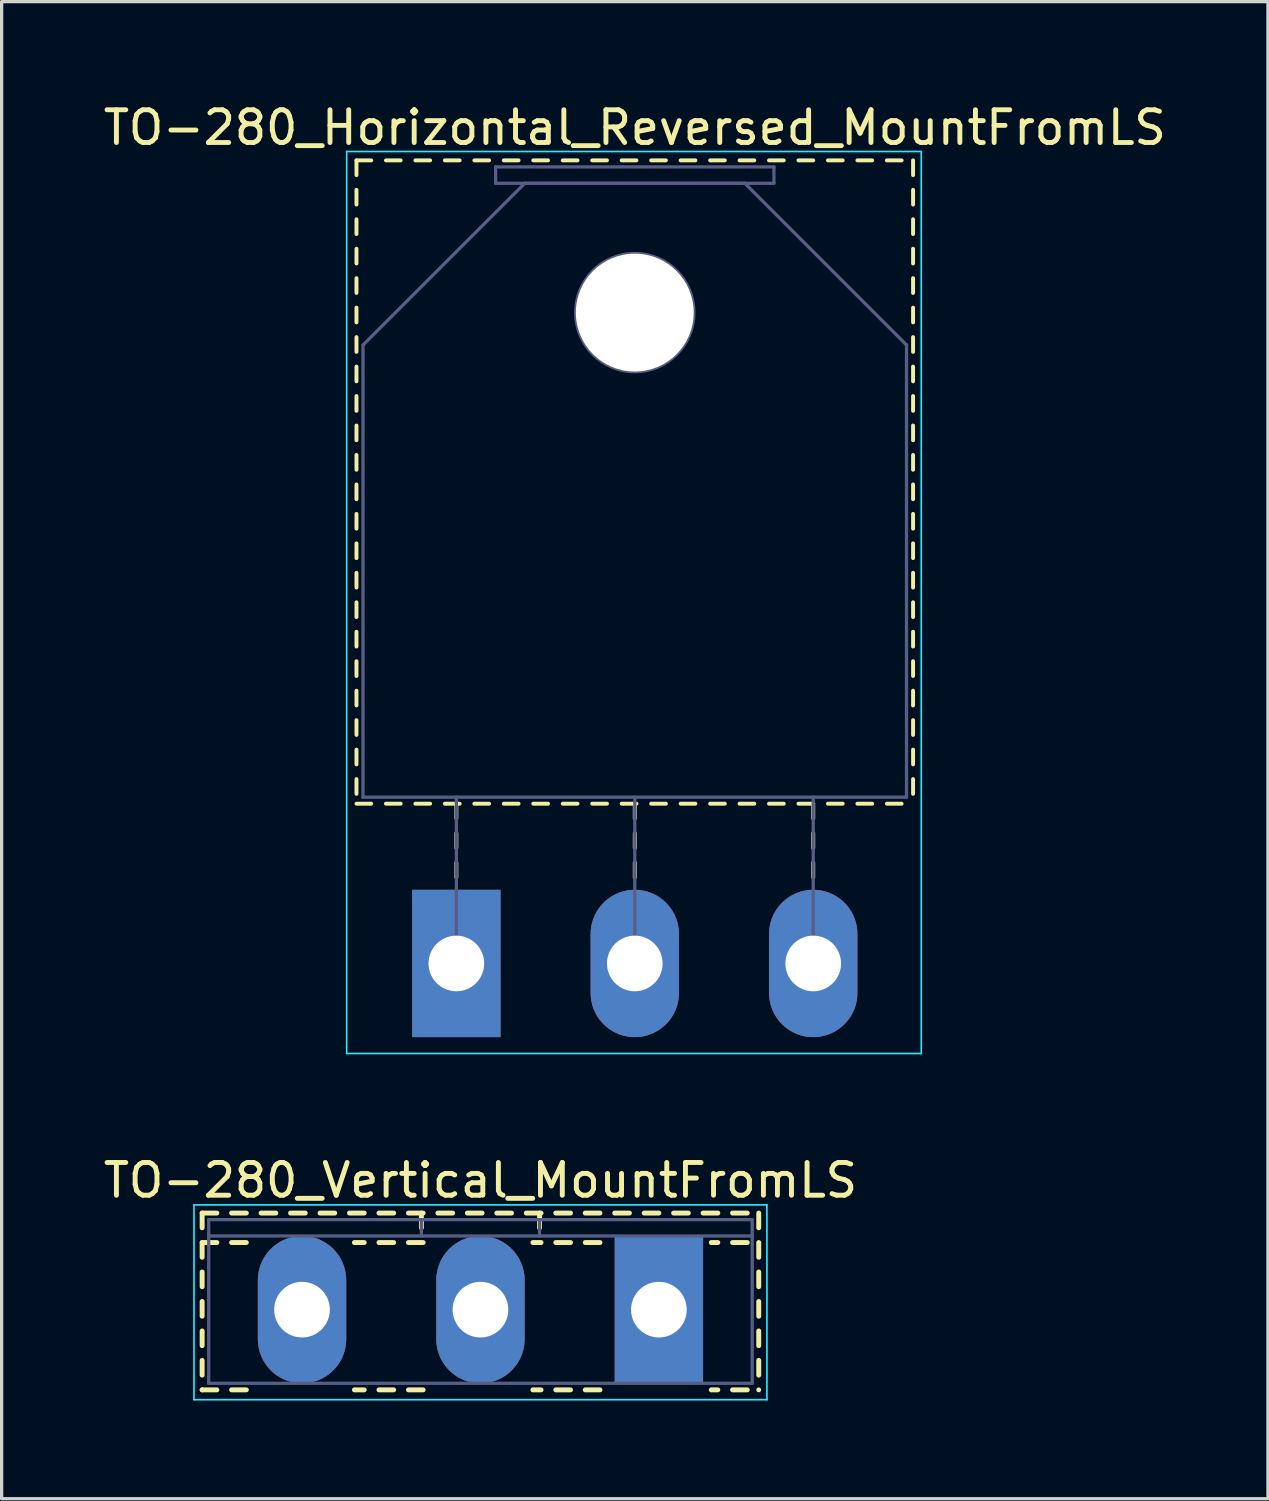
<source format=kicad_pcb>
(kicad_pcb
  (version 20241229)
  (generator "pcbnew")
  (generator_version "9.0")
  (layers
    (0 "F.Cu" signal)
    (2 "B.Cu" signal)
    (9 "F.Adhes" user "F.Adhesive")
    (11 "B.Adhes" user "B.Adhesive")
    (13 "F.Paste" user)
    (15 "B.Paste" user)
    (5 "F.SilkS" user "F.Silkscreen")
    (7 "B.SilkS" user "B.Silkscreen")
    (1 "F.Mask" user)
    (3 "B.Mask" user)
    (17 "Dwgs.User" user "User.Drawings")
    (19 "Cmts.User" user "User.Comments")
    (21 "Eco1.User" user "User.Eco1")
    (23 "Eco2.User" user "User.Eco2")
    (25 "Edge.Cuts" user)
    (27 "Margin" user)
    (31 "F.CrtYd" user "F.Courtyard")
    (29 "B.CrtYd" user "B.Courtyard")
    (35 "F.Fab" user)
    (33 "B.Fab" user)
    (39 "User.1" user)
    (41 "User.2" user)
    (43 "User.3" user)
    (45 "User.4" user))
  (footprint "TO-280_Vertical_MountFromLS"
    (layer "F.Cu")
    (at 17.075 36.952)
    (property "Reference" "TO-280_Vertical_MountFromLS" (at -5.45 -3.95 0) (layer "F.SilkS") (effects (font (size 1 1) (thickness 0.15))))
    (attr through_hole)
    (fp_line (start -13.951 -2.95) (end -13.951 -2.5) (stroke (width 0.15) (type solid)) (layer "F.SilkS"))
    (fp_line (start -13.951 -2.95) (end -13.501 -2.95) (stroke (width 0.15) (type solid)) (layer "F.SilkS"))
    (fp_line (start -13.951 -2.05) (end -13.951 -1.6) (stroke (width 0.15) (type solid)) (layer "F.SilkS"))
    (fp_line (start -13.951 -2.05) (end -13.501 -2.05) (stroke (width 0.15) (type solid)) (layer "F.SilkS"))
    (fp_line (start -13.951 -1.15) (end -13.951 -0.7) (stroke (width 0.15) (type solid)) (layer "F.SilkS"))
    (fp_line (start -13.951 -0.25) (end -13.951 0.2) (stroke (width 0.15) (type solid)) (layer "F.SilkS"))
    (fp_line (start -13.951 0.65) (end -13.951 1.1) (stroke (width 0.15) (type solid)) (layer "F.SilkS"))
    (fp_line (start -13.951 1.55) (end -13.951 2) (stroke (width 0.15) (type solid)) (layer "F.SilkS"))
    (fp_line (start -13.951 2.45) (end -13.951 2.45) (stroke (width 0.15) (type solid)) (layer "F.SilkS"))
    (fp_line (start -13.951 2.45) (end -13.501 2.45) (stroke (width 0.15) (type solid)) (layer "F.SilkS"))
    (fp_line (start -13.051 -2.95) (end -12.601 -2.95) (stroke (width 0.15) (type solid)) (layer "F.SilkS"))
    (fp_line (start -13.051 -2.05) (end -12.601 -2.05) (stroke (width 0.15) (type solid)) (layer "F.SilkS"))
    (fp_line (start -13.051 2.45) (end -12.601 2.45) (stroke (width 0.15) (type solid)) (layer "F.SilkS"))
    (fp_line (start -12.151 -2.95) (end -11.701 -2.95) (stroke (width 0.15) (type solid)) (layer "F.SilkS"))
    (fp_line (start -11.251 -2.95) (end -10.8 -2.95) (stroke (width 0.15) (type solid)) (layer "F.SilkS"))
    (fp_line (start -10.35 -2.95) (end -9.9 -2.95) (stroke (width 0.15) (type solid)) (layer "F.SilkS"))
    (fp_line (start -9.45 -2.95) (end -9 -2.95) (stroke (width 0.15) (type solid)) (layer "F.SilkS"))
    (fp_line (start -9.3 -2.05) (end -9 -2.05) (stroke (width 0.15) (type solid)) (layer "F.SilkS"))
    (fp_line (start -9.3 2.45) (end -9 2.45) (stroke (width 0.15) (type solid)) (layer "F.SilkS"))
    (fp_line (start -8.55 -2.95) (end -8.1 -2.95) (stroke (width 0.15) (type solid)) (layer "F.SilkS"))
    (fp_line (start -8.55 -2.05) (end -8.1 -2.05) (stroke (width 0.15) (type solid)) (layer "F.SilkS"))
    (fp_line (start -8.55 2.45) (end -8.1 2.45) (stroke (width 0.15) (type solid)) (layer "F.SilkS"))
    (fp_line (start -7.65 -2.95) (end -7.2 -2.95) (stroke (width 0.15) (type solid)) (layer "F.SilkS"))
    (fp_line (start -7.65 -2.05) (end -7.2 -2.05) (stroke (width 0.15) (type solid)) (layer "F.SilkS"))
    (fp_line (start -7.65 2.45) (end -7.2 2.45) (stroke (width 0.15) (type solid)) (layer "F.SilkS"))
    (fp_line (start -7.254 -2.95) (end -7.254 -2.5) (stroke (width 0.15) (type solid)) (layer "F.SilkS"))
    (fp_line (start -6.75 -2.95) (end -6.3 -2.95) (stroke (width 0.15) (type solid)) (layer "F.SilkS"))
    (fp_line (start -5.85 -2.95) (end -5.4 -2.95) (stroke (width 0.15) (type solid)) (layer "F.SilkS"))
    (fp_line (start -4.95 -2.95) (end -4.5 -2.95) (stroke (width 0.15) (type solid)) (layer "F.SilkS"))
    (fp_line (start -4.05 -2.95) (end -3.599 -2.95) (stroke (width 0.15) (type solid)) (layer "F.SilkS"))
    (fp_line (start -3.849 -2.05) (end -3.599 -2.05) (stroke (width 0.15) (type solid)) (layer "F.SilkS"))
    (fp_line (start -3.849 2.45) (end -3.599 2.45) (stroke (width 0.15) (type solid)) (layer "F.SilkS"))
    (fp_line (start -3.645 -2.95) (end -3.645 -2.5) (stroke (width 0.15) (type solid)) (layer "F.SilkS"))
    (fp_line (start -3.149 -2.95) (end -2.7 -2.95) (stroke (width 0.15) (type solid)) (layer "F.SilkS"))
    (fp_line (start -3.149 -2.05) (end -2.7 -2.05) (stroke (width 0.15) (type solid)) (layer "F.SilkS"))
    (fp_line (start -3.149 2.45) (end -2.7 2.45) (stroke (width 0.15) (type solid)) (layer "F.SilkS"))
    (fp_line (start -2.25 -2.95) (end -1.8 -2.95) (stroke (width 0.15) (type solid)) (layer "F.SilkS"))
    (fp_line (start -2.25 -2.05) (end -1.8 -2.05) (stroke (width 0.15) (type solid)) (layer "F.SilkS"))
    (fp_line (start -2.25 2.45) (end -1.8 2.45) (stroke (width 0.15) (type solid)) (layer "F.SilkS"))
    (fp_line (start -1.35 -2.95) (end -0.9 -2.95) (stroke (width 0.15) (type solid)) (layer "F.SilkS"))
    (fp_line (start -0.45 -2.95) (end 0 -2.95) (stroke (width 0.15) (type solid)) (layer "F.SilkS"))
    (fp_line (start 0.45 -2.95) (end 0.9 -2.95) (stroke (width 0.15) (type solid)) (layer "F.SilkS"))
    (fp_line (start 1.35 -2.95) (end 1.8 -2.95) (stroke (width 0.15) (type solid)) (layer "F.SilkS"))
    (fp_line (start 1.6 -2.05) (end 1.8 -2.05) (stroke (width 0.15) (type solid)) (layer "F.SilkS"))
    (fp_line (start 1.6 2.45) (end 1.8 2.45) (stroke (width 0.15) (type solid)) (layer "F.SilkS"))
    (fp_line (start 2.25 -2.95) (end 2.7 -2.95) (stroke (width 0.15) (type solid)) (layer "F.SilkS"))
    (fp_line (start 2.25 -2.05) (end 2.7 -2.05) (stroke (width 0.15) (type solid)) (layer "F.SilkS"))
    (fp_line (start 2.25 2.45) (end 2.7 2.45) (stroke (width 0.15) (type solid)) (layer "F.SilkS"))
    (fp_line (start 3.05 -2.95) (end 3.05 -2.5) (stroke (width 0.15) (type solid)) (layer "F.SilkS"))
    (fp_line (start 3.05 -2.05) (end 3.05 -1.6) (stroke (width 0.15) (type solid)) (layer "F.SilkS"))
    (fp_line (start 3.05 -1.15) (end 3.05 -0.7) (stroke (width 0.15) (type solid)) (layer "F.SilkS"))
    (fp_line (start 3.05 -0.25) (end 3.05 0.2) (stroke (width 0.15) (type solid)) (layer "F.SilkS"))
    (fp_line (start 3.05 0.65) (end 3.05 1.1) (stroke (width 0.15) (type solid)) (layer "F.SilkS"))
    (fp_line (start 3.05 1.55) (end 3.05 2) (stroke (width 0.15) (type solid)) (layer "F.SilkS"))
    (fp_line (start 3.05 2.45) (end 3.05 2.45) (stroke (width 0.15) (type solid)) (layer "F.SilkS"))
    (fp_line (start -14.2 -3.2) (end -14.2 2.75) (stroke (width 0.05) (type solid)) (layer "B.CrtYd"))
    (fp_line (start -14.2 2.75) (end 3.3 2.75) (stroke (width 0.05) (type solid)) (layer "B.CrtYd"))
    (fp_line (start 3.3 -3.2) (end -14.2 -3.2) (stroke (width 0.05) (type solid)) (layer "B.CrtYd"))
    (fp_line (start 3.3 2.75) (end 3.3 -3.2) (stroke (width 0.05) (type solid)) (layer "B.CrtYd"))
    (fp_line (start -13.75 -2.75) (end -13.75 2.25) (stroke (width 0.1) (type solid)) (layer "B.Fab"))
    (fp_line (start -13.75 -2.25) (end 2.85 -2.25) (stroke (width 0.1) (type solid)) (layer "B.Fab"))
    (fp_line (start -13.75 2.25) (end 2.85 2.25) (stroke (width 0.1) (type solid)) (layer "B.Fab"))
    (fp_line (start -7.255 -2.75) (end -7.255 -2.25) (stroke (width 0.1) (type solid)) (layer "B.Fab"))
    (fp_line (start -3.645 -2.75) (end -3.645 -2.25) (stroke (width 0.1) (type solid)) (layer "B.Fab"))
    (fp_line (start 2.85 -2.75) (end -13.75 -2.75) (stroke (width 0.1) (type solid)) (layer "B.Fab"))
    (fp_line (start 2.85 2.25) (end 2.85 -2.75) (stroke (width 0.1) (type solid)) (layer "B.Fab"))
    (pad "1" thru_hole rect (at 0 0) (size 2.7 4.5) (drill 1.7) (layers "*.Cu" "*.Mask"))
    (pad "2" thru_hole oval (at -5.45 0) (size 2.7 4.5) (drill 1.7) (layers "*.Cu" "*.Mask"))
    (pad "3" thru_hole oval (at -10.9 0) (size 2.7 4.5) (drill 1.7) (layers "*.Cu" "*.Mask")))
  (footprint "TO-280_Horizontal_Reversed_MountFromLS"
    (layer "F.Cu")
    (at 10.889 26.378)
    (property "Reference" "TO-280_Horizontal_Reversed_MountFromLS" (at 5.45 -25.53 0) (layer "F.SilkS") (effects (font (size 1 1) (thickness 0.15))))
    (attr through_hole)
    (fp_line (start -3.051 -24.53) (end -3.051 -24.08) (stroke (width 0.12) (type solid)) (layer "F.SilkS"))
    (fp_line (start -3.051 -24.53) (end -2.601 -24.53) (stroke (width 0.12) (type solid)) (layer "F.SilkS"))
    (fp_line (start -3.051 -23.63) (end -3.051 -23.18) (stroke (width 0.12) (type solid)) (layer "F.SilkS"))
    (fp_line (start -3.051 -22.73) (end -3.051 -22.28) (stroke (width 0.12) (type solid)) (layer "F.SilkS"))
    (fp_line (start -3.051 -21.83) (end -3.051 -21.381) (stroke (width 0.12) (type solid)) (layer "F.SilkS"))
    (fp_line (start -3.051 -20.931) (end -3.051 -20.481) (stroke (width 0.12) (type solid)) (layer "F.SilkS"))
    (fp_line (start -3.051 -20.031) (end -3.051 -19.581) (stroke (width 0.12) (type solid)) (layer "F.SilkS"))
    (fp_line (start -3.051 -19.131) (end -3.051 -18.681) (stroke (width 0.12) (type solid)) (layer "F.SilkS"))
    (fp_line (start -3.051 -18.231) (end -3.051 -17.781) (stroke (width 0.12) (type solid)) (layer "F.SilkS"))
    (fp_line (start -3.051 -17.331) (end -3.051 -16.881) (stroke (width 0.12) (type solid)) (layer "F.SilkS"))
    (fp_line (start -3.051 -16.431) (end -3.051 -15.981) (stroke (width 0.12) (type solid)) (layer "F.SilkS"))
    (fp_line (start -3.051 -15.531) (end -3.051 -15.081) (stroke (width 0.12) (type solid)) (layer "F.SilkS"))
    (fp_line (start -3.051 -14.631) (end -3.051 -14.181) (stroke (width 0.12) (type solid)) (layer "F.SilkS"))
    (fp_line (start -3.051 -13.731) (end -3.051 -13.281) (stroke (width 0.12) (type solid)) (layer "F.SilkS"))
    (fp_line (start -3.051 -12.831) (end -3.051 -12.381) (stroke (width 0.12) (type solid)) (layer "F.SilkS"))
    (fp_line (start -3.051 -11.931) (end -3.051 -11.481) (stroke (width 0.12) (type solid)) (layer "F.SilkS"))
    (fp_line (start -3.051 -11.031) (end -3.051 -10.581) (stroke (width 0.12) (type solid)) (layer "F.SilkS"))
    (fp_line (start -3.051 -10.131) (end -3.051 -9.681) (stroke (width 0.12) (type solid)) (layer "F.SilkS"))
    (fp_line (start -3.051 -9.231) (end -3.051 -8.781) (stroke (width 0.12) (type solid)) (layer "F.SilkS"))
    (fp_line (start -3.051 -8.331) (end -3.051 -7.881) (stroke (width 0.12) (type solid)) (layer "F.SilkS"))
    (fp_line (start -3.051 -7.431) (end -3.051 -6.981) (stroke (width 0.12) (type solid)) (layer "F.SilkS"))
    (fp_line (start -3.051 -6.531) (end -3.051 -6.081) (stroke (width 0.12) (type solid)) (layer "F.SilkS"))
    (fp_line (start -3.051 -5.631) (end -3.051 -5.181) (stroke (width 0.12) (type solid)) (layer "F.SilkS"))
    (fp_line (start -3.051 -4.88) (end -2.601 -4.88) (stroke (width 0.12) (type solid)) (layer "F.SilkS"))
    (fp_line (start -2.151 -24.53) (end -1.701 -24.53) (stroke (width 0.12) (type solid)) (layer "F.SilkS"))
    (fp_line (start -2.151 -4.88) (end -1.701 -4.88) (stroke (width 0.12) (type solid)) (layer "F.SilkS"))
    (fp_line (start -1.251 -24.53) (end -0.801 -24.53) (stroke (width 0.12) (type solid)) (layer "F.SilkS"))
    (fp_line (start -1.251 -4.88) (end -0.801 -4.88) (stroke (width 0.12) (type solid)) (layer "F.SilkS"))
    (fp_line (start -0.351 -24.53) (end 0.1 -24.53) (stroke (width 0.12) (type solid)) (layer "F.SilkS"))
    (fp_line (start -0.351 -4.88) (end 0.1 -4.88) (stroke (width 0.12) (type solid)) (layer "F.SilkS"))
    (fp_line (start 0 -4.88) (end 0 -4.43) (stroke (width 0.12) (type solid)) (layer "F.SilkS"))
    (fp_line (start 0 -3.98) (end 0 -3.53) (stroke (width 0.12) (type solid)) (layer "F.SilkS"))
    (fp_line (start 0 -3.08) (end 0 -2.63) (stroke (width 0.12) (type solid)) (layer "F.SilkS"))
    (fp_line (start 0.55 -24.53) (end 1 -24.53) (stroke (width 0.12) (type solid)) (layer "F.SilkS"))
    (fp_line (start 0.55 -4.88) (end 1 -4.88) (stroke (width 0.12) (type solid)) (layer "F.SilkS"))
    (fp_line (start 1.45 -24.53) (end 1.9 -24.53) (stroke (width 0.12) (type solid)) (layer "F.SilkS"))
    (fp_line (start 1.45 -4.88) (end 1.9 -4.88) (stroke (width 0.12) (type solid)) (layer "F.SilkS"))
    (fp_line (start 2.35 -24.53) (end 2.8 -24.53) (stroke (width 0.12) (type solid)) (layer "F.SilkS"))
    (fp_line (start 2.35 -4.88) (end 2.8 -4.88) (stroke (width 0.12) (type solid)) (layer "F.SilkS"))
    (fp_line (start 3.25 -24.53) (end 3.7 -24.53) (stroke (width 0.12) (type solid)) (layer "F.SilkS"))
    (fp_line (start 3.25 -4.88) (end 3.7 -4.88) (stroke (width 0.12) (type solid)) (layer "F.SilkS"))
    (fp_line (start 4.15 -24.53) (end 4.6 -24.53) (stroke (width 0.12) (type solid)) (layer "F.SilkS"))
    (fp_line (start 4.15 -4.88) (end 4.6 -4.88) (stroke (width 0.12) (type solid)) (layer "F.SilkS"))
    (fp_line (start 5.05 -24.53) (end 5.5 -24.53) (stroke (width 0.12) (type solid)) (layer "F.SilkS"))
    (fp_line (start 5.05 -4.88) (end 5.5 -4.88) (stroke (width 0.12) (type solid)) (layer "F.SilkS"))
    (fp_line (start 5.45 -4.88) (end 5.45 -4.43) (stroke (width 0.12) (type solid)) (layer "F.SilkS"))
    (fp_line (start 5.45 -3.98) (end 5.45 -3.53) (stroke (width 0.12) (type solid)) (layer "F.SilkS"))
    (fp_line (start 5.45 -3.08) (end 5.45 -2.63) (stroke (width 0.12) (type solid)) (layer "F.SilkS"))
    (fp_line (start 5.95 -24.53) (end 6.4 -24.53) (stroke (width 0.12) (type solid)) (layer "F.SilkS"))
    (fp_line (start 5.95 -4.88) (end 6.4 -4.88) (stroke (width 0.12) (type solid)) (layer "F.SilkS"))
    (fp_line (start 6.85 -24.53) (end 7.301 -24.53) (stroke (width 0.12) (type solid)) (layer "F.SilkS"))
    (fp_line (start 6.85 -4.88) (end 7.301 -4.88) (stroke (width 0.12) (type solid)) (layer "F.SilkS"))
    (fp_line (start 7.751 -24.53) (end 8.2 -24.53) (stroke (width 0.12) (type solid)) (layer "F.SilkS"))
    (fp_line (start 7.751 -4.88) (end 8.2 -4.88) (stroke (width 0.12) (type solid)) (layer "F.SilkS"))
    (fp_line (start 8.65 -24.53) (end 9.1 -24.53) (stroke (width 0.12) (type solid)) (layer "F.SilkS"))
    (fp_line (start 8.65 -4.88) (end 9.1 -4.88) (stroke (width 0.12) (type solid)) (layer "F.SilkS"))
    (fp_line (start 9.55 -24.53) (end 10 -24.53) (stroke (width 0.12) (type solid)) (layer "F.SilkS"))
    (fp_line (start 9.55 -4.88) (end 10 -4.88) (stroke (width 0.12) (type solid)) (layer "F.SilkS"))
    (fp_line (start 10.45 -24.53) (end 10.9 -24.53) (stroke (width 0.12) (type solid)) (layer "F.SilkS"))
    (fp_line (start 10.45 -4.88) (end 10.9 -4.88) (stroke (width 0.12) (type solid)) (layer "F.SilkS"))
    (fp_line (start 10.9 -4.88) (end 10.9 -4.43) (stroke (width 0.12) (type solid)) (layer "F.SilkS"))
    (fp_line (start 10.9 -3.98) (end 10.9 -3.53) (stroke (width 0.12) (type solid)) (layer "F.SilkS"))
    (fp_line (start 10.9 -3.08) (end 10.9 -2.63) (stroke (width 0.12) (type solid)) (layer "F.SilkS"))
    (fp_line (start 11.35 -24.53) (end 11.8 -24.53) (stroke (width 0.12) (type solid)) (layer "F.SilkS"))
    (fp_line (start 11.35 -4.88) (end 11.8 -4.88) (stroke (width 0.12) (type solid)) (layer "F.SilkS"))
    (fp_line (start 12.25 -24.53) (end 12.7 -24.53) (stroke (width 0.12) (type solid)) (layer "F.SilkS"))
    (fp_line (start 12.25 -4.88) (end 12.7 -4.88) (stroke (width 0.12) (type solid)) (layer "F.SilkS"))
    (fp_line (start 13.15 -24.53) (end 13.6 -24.53) (stroke (width 0.12) (type solid)) (layer "F.SilkS"))
    (fp_line (start 13.15 -4.88) (end 13.6 -4.88) (stroke (width 0.12) (type solid)) (layer "F.SilkS"))
    (fp_line (start 13.95 -24.53) (end 13.95 -24.08) (stroke (width 0.12) (type solid)) (layer "F.SilkS"))
    (fp_line (start 13.95 -23.63) (end 13.95 -23.18) (stroke (width 0.12) (type solid)) (layer "F.SilkS"))
    (fp_line (start 13.95 -22.73) (end 13.95 -22.28) (stroke (width 0.12) (type solid)) (layer "F.SilkS"))
    (fp_line (start 13.95 -21.83) (end 13.95 -21.381) (stroke (width 0.12) (type solid)) (layer "F.SilkS"))
    (fp_line (start 13.95 -20.931) (end 13.95 -20.481) (stroke (width 0.12) (type solid)) (layer "F.SilkS"))
    (fp_line (start 13.95 -20.031) (end 13.95 -19.581) (stroke (width 0.12) (type solid)) (layer "F.SilkS"))
    (fp_line (start 13.95 -19.131) (end 13.95 -18.681) (stroke (width 0.12) (type solid)) (layer "F.SilkS"))
    (fp_line (start 13.95 -18.231) (end 13.95 -17.781) (stroke (width 0.12) (type solid)) (layer "F.SilkS"))
    (fp_line (start 13.95 -17.331) (end 13.95 -16.881) (stroke (width 0.12) (type solid)) (layer "F.SilkS"))
    (fp_line (start 13.95 -16.431) (end 13.95 -15.981) (stroke (width 0.12) (type solid)) (layer "F.SilkS"))
    (fp_line (start 13.95 -15.531) (end 13.95 -15.081) (stroke (width 0.12) (type solid)) (layer "F.SilkS"))
    (fp_line (start 13.95 -14.631) (end 13.95 -14.181) (stroke (width 0.12) (type solid)) (layer "F.SilkS"))
    (fp_line (start 13.95 -13.731) (end 13.95 -13.281) (stroke (width 0.12) (type solid)) (layer "F.SilkS"))
    (fp_line (start 13.95 -12.831) (end 13.95 -12.381) (stroke (width 0.12) (type solid)) (layer "F.SilkS"))
    (fp_line (start 13.95 -11.931) (end 13.95 -11.481) (stroke (width 0.12) (type solid)) (layer "F.SilkS"))
    (fp_line (start 13.95 -11.031) (end 13.95 -10.581) (stroke (width 0.12) (type solid)) (layer "F.SilkS"))
    (fp_line (start 13.95 -10.131) (end 13.95 -9.681) (stroke (width 0.12) (type solid)) (layer "F.SilkS"))
    (fp_line (start 13.95 -9.231) (end 13.95 -8.781) (stroke (width 0.12) (type solid)) (layer "F.SilkS"))
    (fp_line (start 13.95 -8.331) (end 13.95 -7.881) (stroke (width 0.12) (type solid)) (layer "F.SilkS"))
    (fp_line (start 13.95 -7.431) (end 13.95 -6.981) (stroke (width 0.12) (type solid)) (layer "F.SilkS"))
    (fp_line (start 13.95 -6.531) (end 13.95 -6.081) (stroke (width 0.12) (type solid)) (layer "F.SilkS"))
    (fp_line (start 13.95 -5.631) (end 13.95 -5.181) (stroke (width 0.12) (type solid)) (layer "F.SilkS"))
    (fp_line (start -3.35 -24.8) (end -3.35 2.75) (stroke (width 0.05) (type solid)) (layer "B.CrtYd"))
    (fp_line (start -3.35 2.75) (end 14.2 2.75) (stroke (width 0.05) (type solid)) (layer "B.CrtYd"))
    (fp_line (start 14.2 -24.8) (end -3.35 -24.8) (stroke (width 0.05) (type solid)) (layer "B.CrtYd"))
    (fp_line (start 14.2 2.75) (end 14.2 -24.8) (stroke (width 0.05) (type solid)) (layer "B.CrtYd"))
    (fp_line (start -2.851 -18.89) (end 2.09 -23.83) (stroke (width 0.1) (type solid)) (layer "B.Fab"))
    (fp_line (start -2.851 -5.08) (end -2.851 -18.89) (stroke (width 0.1) (type solid)) (layer "B.Fab"))
    (fp_line (start 0 -5.08) (end 0 0) (stroke (width 0.1) (type solid)) (layer "B.Fab"))
    (fp_line (start 1.2 -24.33) (end 9.7 -24.33) (stroke (width 0.1) (type solid)) (layer "B.Fab"))
    (fp_line (start 1.2 -23.83) (end 1.2 -24.33) (stroke (width 0.1) (type solid)) (layer "B.Fab"))
    (fp_line (start 2.09 -23.83) (end 8.81 -23.83) (stroke (width 0.1) (type solid)) (layer "B.Fab"))
    (fp_line (start 5.45 -5.08) (end 5.45 0) (stroke (width 0.1) (type solid)) (layer "B.Fab"))
    (fp_line (start 8.81 -23.83) (end 13.75 -18.89) (stroke (width 0.1) (type solid)) (layer "B.Fab"))
    (fp_line (start 9.7 -24.33) (end 9.7 -23.83) (stroke (width 0.1) (type solid)) (layer "B.Fab"))
    (fp_line (start 9.7 -23.83) (end 1.2 -23.83) (stroke (width 0.1) (type solid)) (layer "B.Fab"))
    (fp_line (start 10.9 -5.08) (end 10.9 0) (stroke (width 0.1) (type solid)) (layer "B.Fab"))
    (fp_line (start 13.75 -18.89) (end 13.75 -5.08) (stroke (width 0.1) (type solid)) (layer "B.Fab"))
    (fp_line (start 13.75 -5.08) (end -2.851 -5.08) (stroke (width 0.1) (type solid)) (layer "B.Fab"))
    (fp_circle (center 5.45 -19.88) (end 7.255 -19.88) (stroke (width 0.1) (type solid)) (fill no) (layer "B.Fab"))
    (pad "" np_thru_hole oval (at 5.45 -19.88) (size 3.6 3.6) (drill 3.6) (layers "*.Cu" "*.Mask"))
    (pad "1" thru_hole rect (at 0 0) (size 2.7 4.5) (drill 1.7) (layers "*.Cu" "*.Mask"))
    (pad "2" thru_hole oval (at 5.45 0) (size 2.7 4.5) (drill 1.7) (layers "*.Cu" "*.Mask"))
    (pad "3" thru_hole oval (at 10.9 0) (size 2.7 4.5) (drill 1.7) (layers "*.Cu" "*.Mask")))
  (gr_rect
    (start -3 -3)
    (end 35.679 42.727)
    (stroke (width 0.1) (type default))
    (fill no)
    (layer "Edge.Cuts")))
</source>
